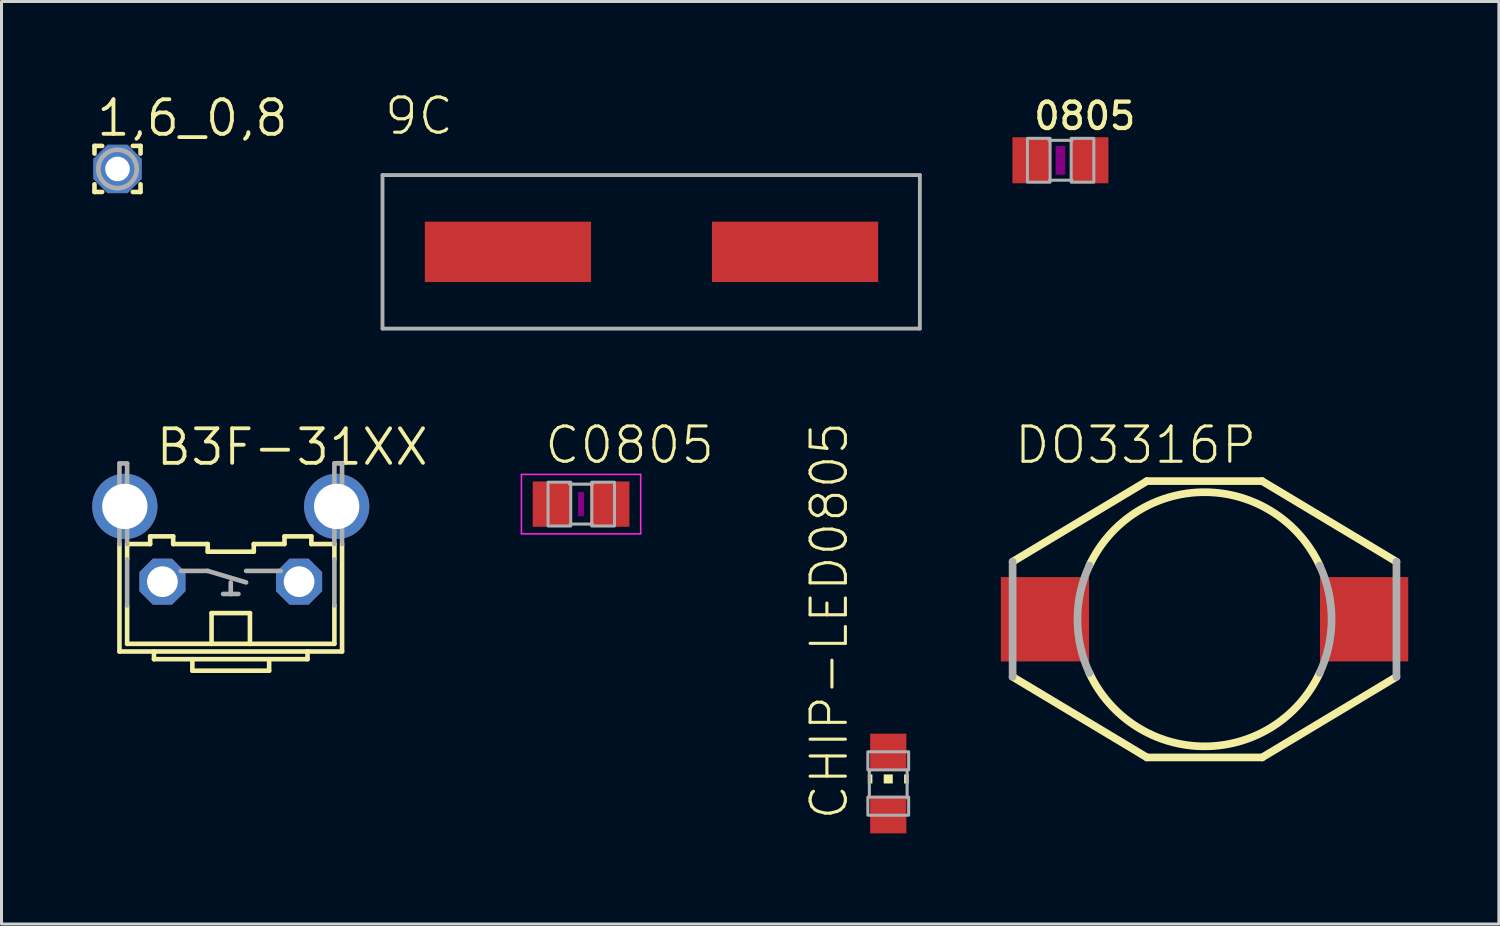
<source format=kicad_pcb>
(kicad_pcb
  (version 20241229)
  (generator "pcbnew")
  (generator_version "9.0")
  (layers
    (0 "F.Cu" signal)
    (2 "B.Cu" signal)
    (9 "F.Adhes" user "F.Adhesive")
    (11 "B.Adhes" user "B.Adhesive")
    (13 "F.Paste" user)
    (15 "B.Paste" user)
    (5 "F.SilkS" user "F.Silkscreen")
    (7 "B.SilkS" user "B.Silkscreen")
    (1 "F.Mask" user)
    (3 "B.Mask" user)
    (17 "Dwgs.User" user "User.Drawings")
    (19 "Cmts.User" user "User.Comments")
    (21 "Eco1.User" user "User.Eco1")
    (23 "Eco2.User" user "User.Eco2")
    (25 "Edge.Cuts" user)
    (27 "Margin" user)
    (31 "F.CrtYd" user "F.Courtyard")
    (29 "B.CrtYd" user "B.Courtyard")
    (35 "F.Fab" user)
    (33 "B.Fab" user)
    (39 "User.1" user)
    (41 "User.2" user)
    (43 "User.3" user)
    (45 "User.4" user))
  (footprint "C0805"
    (layer "F.Cu")
    (at 16.176 13.63)
    (property "Reference" "C0805" (at -1.27 -1.27 0) (layer "F.SilkS") (effects (font (size 1.168 1.168) (thickness 0.102)) (justify left bottom)))
    (fp_poly (pts (xy -0.1 0.4) (xy 0.1 0.4) (xy 0.1 -0.4) (xy -0.1 -0.4)) (stroke (width 0) (type solid)) (fill yes) (layer "F.Adhes"))
    (fp_line (start -1.973 -0.983) (end 1.973 -0.983) (stroke (width 0.051) (type solid)) (layer "F.CrtYd"))
    (fp_line (start -1.973 0.983) (end -1.973 -0.983) (stroke (width 0.051) (type solid)) (layer "F.CrtYd"))
    (fp_line (start 1.973 -0.983) (end 1.973 0.983) (stroke (width 0.051) (type solid)) (layer "F.CrtYd"))
    (fp_line (start 1.973 0.983) (end -1.973 0.983) (stroke (width 0.051) (type solid)) (layer "F.CrtYd"))
    (fp_line (start -0.381 -0.66) (end 0.381 -0.66) (stroke (width 0.102) (type solid)) (layer "F.Fab"))
    (fp_line (start -0.356 0.66) (end 0.381 0.66) (stroke (width 0.102) (type solid)) (layer "F.Fab"))
    (fp_poly (pts (xy -1.092 0.724) (xy -0.342 0.724) (xy -0.342 -0.726) (xy -1.092 -0.726)) (stroke (width 0.1) (type solid)) (fill no) (layer "F.Fab"))
    (fp_poly (pts (xy 0.356 0.724) (xy 1.106 0.724) (xy 1.106 -0.726) (xy 0.356 -0.726)) (stroke (width 0.1) (type solid)) (fill no) (layer "F.Fab"))
    (pad "1" smd rect (at -0.95 0) (size 1.3 1.5) (layers "F.Cu" "F.Mask" "F.Paste"))
    (pad "2" smd rect (at 0.95 0) (size 1.3 1.5) (layers "F.Cu" "F.Mask" "F.Paste")))
  (footprint "9C"
    (layer "F.Cu")
    (at 18.496 5.283)
    (property "Reference" "9C" (at -8.89 -3.81 0) (layer "F.SilkS") (effects (font (size 1.168 1.168) (thickness 0.102)) (justify left bottom)))
    (fp_line (start -8.89 -2.54) (end -8.89 2.54) (stroke (width 0.127) (type solid)) (layer "F.Fab"))
    (fp_line (start -8.89 2.54) (end 8.89 2.54) (stroke (width 0.127) (type solid)) (layer "F.Fab"))
    (fp_line (start 8.89 -2.54) (end -8.89 -2.54) (stroke (width 0.127) (type solid)) (layer "F.Fab"))
    (fp_line (start 8.89 2.54) (end 8.89 -2.54) (stroke (width 0.127) (type solid)) (layer "F.Fab"))
    (pad "P$1" smd rect (at -4.74 0) (size 5.5 2) (layers "F.Cu" "F.Mask" "F.Paste"))
    (pad "P$2" smd rect (at 4.76 0) (size 5.5 2) (layers "F.Cu" "F.Mask" "F.Paste")))
  (footprint "CHIP-LED0805"
    (layer "F.Cu")
    (at 26.34 22.874)
    (property "Reference" "CHIP-LED0805" (at -1.27 1.27 90) (layer "F.SilkS") (effects (font (size 1.168 1.168) (thickness 0.102)) (justify left bottom)))
    (fp_poly (pts (xy -0.675 0) (xy -0.525 0) (xy -0.525 -0.3) (xy -0.675 -0.3)) (stroke (width 0) (type solid)) (fill yes) (layer "F.SilkS"))
    (fp_poly (pts (xy -0.15 0) (xy 0.15 0) (xy 0.15 -0.3) (xy -0.15 -0.3)) (stroke (width 0) (type solid)) (fill yes) (layer "F.SilkS"))
    (fp_poly (pts (xy 0.525 0) (xy 0.675 0) (xy 0.675 -0.3) (xy 0.525 -0.3)) (stroke (width 0) (type solid)) (fill yes) (layer "F.SilkS"))
    (fp_line (start -0.625 -0.45) (end -0.625 0.45) (stroke (width 0.102) (type solid)) (layer "F.Fab"))
    (fp_line (start 0.625 -0.45) (end 0.625 0.475) (stroke (width 0.102) (type solid)) (layer "F.Fab"))
    (fp_poly (pts (xy -0.675 -0.45) (xy 0.675 -0.45) (xy 0.675 -1.05) (xy -0.675 -1.05)) (stroke (width 0.1) (type solid)) (fill no) (layer "F.Fab"))
    (fp_poly (pts (xy -0.675 1.05) (xy 0.675 1.05) (xy 0.675 0.45) (xy -0.675 0.45)) (stroke (width 0.1) (type solid)) (fill no) (layer "F.Fab"))
    (pad "A" smd rect (at 0 1.05) (size 1.2 1.2) (layers "F.Cu" "F.Mask" "F.Paste"))
    (pad "C" smd rect (at 0 -1.05) (size 1.2 1.2) (layers "F.Cu" "F.Mask" "F.Paste")))
  (footprint "0805"
    (layer "F.Cu")
    (at 32.037 2.253)
    (property "Reference" "0805" (at -0.953 -0.953 0) (layer "F.SilkS") (effects (font (size 0.874 0.874) (thickness 0.142)) (justify left bottom)))
    (fp_poly (pts (xy -0.159 0.476) (xy 0.159 0.476) (xy 0.159 -0.476) (xy -0.159 -0.476)) (stroke (width 0) (type solid)) (fill yes) (layer "F.Adhes"))
    (fp_line (start -0.381 -0.66) (end 0.381 -0.66) (stroke (width 0.102) (type solid)) (layer "F.Fab"))
    (fp_line (start -0.356 0.66) (end 0.381 0.66) (stroke (width 0.102) (type solid)) (layer "F.Fab"))
    (fp_poly (pts (xy -1.092 0.724) (xy -0.342 0.724) (xy -0.342 -0.726) (xy -1.092 -0.726)) (stroke (width 0.1) (type solid)) (fill no) (layer "F.Fab"))
    (fp_poly (pts (xy 0.356 0.724) (xy 1.106 0.724) (xy 1.106 -0.726) (xy 0.356 -0.726)) (stroke (width 0.1) (type solid)) (fill no) (layer "F.Fab"))
    (pad "1" smd rect (at -0.953 0) (size 1.27 1.524) (layers "F.Cu" "F.Mask" "F.Paste"))
    (pad "2" smd rect (at 0.953 0) (size 1.27 1.524) (layers "F.Cu" "F.Mask" "F.Paste")))
  (footprint "B3F-31XX"
    (layer "F.Cu")
    (at 4.585 14.951)
    (property "Reference" "B3F-31XX" (at -2.54 -2.54 0) (layer "F.SilkS") (effects (font (size 1.143 1.143) (thickness 0.127)) (justify left bottom)))
    (fp_line (start -3.683 0) (end -3.683 3.556) (stroke (width 0.152) (type solid)) (layer "F.SilkS"))
    (fp_line (start -3.429 0) (end -2.667 0) (stroke (width 0.152) (type solid)) (layer "F.SilkS"))
    (fp_line (start -3.429 0.508) (end -3.429 0) (stroke (width 0.152) (type solid)) (layer "F.SilkS"))
    (fp_line (start -3.429 2.032) (end -3.429 3.302) (stroke (width 0.152) (type solid)) (layer "F.SilkS"))
    (fp_line (start -3.429 3.302) (end -0.635 3.302) (stroke (width 0.152) (type solid)) (layer "F.SilkS"))
    (fp_line (start -2.667 -0.254) (end -2.667 0) (stroke (width 0.152) (type solid)) (layer "F.SilkS"))
    (fp_line (start -2.667 -0.254) (end -1.905 -0.254) (stroke (width 0.152) (type solid)) (layer "F.SilkS"))
    (fp_line (start -2.54 3.556) (end -2.54 3.81) (stroke (width 0.152) (type solid)) (layer "F.SilkS"))
    (fp_line (start -2.54 3.81) (end -1.27 3.81) (stroke (width 0.152) (type solid)) (layer "F.SilkS"))
    (fp_line (start -1.905 0) (end -1.905 -0.254) (stroke (width 0.152) (type solid)) (layer "F.SilkS"))
    (fp_line (start -1.905 0) (end -0.762 0) (stroke (width 0.152) (type solid)) (layer "F.SilkS"))
    (fp_line (start -1.27 3.81) (end -1.27 4.191) (stroke (width 0.152) (type solid)) (layer "F.SilkS"))
    (fp_line (start -1.27 3.81) (end 1.27 3.81) (stroke (width 0.152) (type solid)) (layer "F.SilkS"))
    (fp_line (start -1.27 4.191) (end 1.27 4.191) (stroke (width 0.152) (type solid)) (layer "F.SilkS"))
    (fp_line (start -0.762 0.254) (end -0.762 0) (stroke (width 0.152) (type solid)) (layer "F.SilkS"))
    (fp_line (start -0.762 0.254) (end 0.762 0.254) (stroke (width 0.152) (type solid)) (layer "F.SilkS"))
    (fp_line (start -0.635 2.286) (end 0.635 2.286) (stroke (width 0.152) (type solid)) (layer "F.SilkS"))
    (fp_line (start -0.635 3.302) (end -0.635 2.286) (stroke (width 0.152) (type solid)) (layer "F.SilkS"))
    (fp_line (start -0.635 3.302) (end 0.635 3.302) (stroke (width 0.152) (type solid)) (layer "F.SilkS"))
    (fp_line (start 0.635 3.302) (end 0.635 2.286) (stroke (width 0.152) (type solid)) (layer "F.SilkS"))
    (fp_line (start 0.635 3.302) (end 3.429 3.302) (stroke (width 0.152) (type solid)) (layer "F.SilkS"))
    (fp_line (start 0.762 0) (end 0.762 0.254) (stroke (width 0.152) (type solid)) (layer "F.SilkS"))
    (fp_line (start 0.762 0) (end 1.778 0) (stroke (width 0.152) (type solid)) (layer "F.SilkS"))
    (fp_line (start 1.27 3.81) (end 1.27 4.191) (stroke (width 0.152) (type solid)) (layer "F.SilkS"))
    (fp_line (start 1.27 3.81) (end 2.54 3.81) (stroke (width 0.152) (type solid)) (layer "F.SilkS"))
    (fp_line (start 1.778 -0.254) (end 2.667 -0.254) (stroke (width 0.152) (type solid)) (layer "F.SilkS"))
    (fp_line (start 1.778 0) (end 1.778 -0.254) (stroke (width 0.152) (type solid)) (layer "F.SilkS"))
    (fp_line (start 2.54 3.556) (end -3.683 3.556) (stroke (width 0.152) (type solid)) (layer "F.SilkS"))
    (fp_line (start 2.54 3.556) (end 2.54 3.81) (stroke (width 0.152) (type solid)) (layer "F.SilkS"))
    (fp_line (start 2.667 0) (end 2.667 -0.254) (stroke (width 0.152) (type solid)) (layer "F.SilkS"))
    (fp_line (start 2.667 0) (end 3.429 0) (stroke (width 0.152) (type solid)) (layer "F.SilkS"))
    (fp_line (start 3.429 0.508) (end 3.429 0) (stroke (width 0.152) (type solid)) (layer "F.SilkS"))
    (fp_line (start 3.429 2.032) (end 3.429 3.302) (stroke (width 0.152) (type solid)) (layer "F.SilkS"))
    (fp_line (start 3.683 0) (end 3.683 3.556) (stroke (width 0.152) (type solid)) (layer "F.SilkS"))
    (fp_line (start 3.683 3.556) (end 2.54 3.556) (stroke (width 0.152) (type solid)) (layer "F.SilkS"))
    (fp_line (start -3.683 -2.667) (end -3.429 -2.667) (stroke (width 0.152) (type solid)) (layer "F.Fab"))
    (fp_line (start -3.683 0) (end -3.683 -2.667) (stroke (width 0.152) (type solid)) (layer "F.Fab"))
    (fp_line (start -3.429 -2.667) (end -3.429 0) (stroke (width 0.152) (type solid)) (layer "F.Fab"))
    (fp_line (start -3.429 0.508) (end -3.429 2.032) (stroke (width 0.152) (type solid)) (layer "F.Fab"))
    (fp_line (start -1.651 0.889) (end -0.762 0.889) (stroke (width 0.152) (type solid)) (layer "F.Fab"))
    (fp_line (start -0.762 0.889) (end 0.508 1.27) (stroke (width 0.152) (type solid)) (layer "F.Fab"))
    (fp_line (start -0.254 1.651) (end 0 1.651) (stroke (width 0.152) (type solid)) (layer "F.Fab"))
    (fp_line (start 0 1.27) (end 0 1.651) (stroke (width 0.152) (type solid)) (layer "F.Fab"))
    (fp_line (start 0 1.651) (end 0.254 1.651) (stroke (width 0.152) (type solid)) (layer "F.Fab"))
    (fp_line (start 0.508 0.889) (end 1.651 0.889) (stroke (width 0.152) (type solid)) (layer "F.Fab"))
    (fp_line (start 3.429 -2.667) (end 3.683 -2.667) (stroke (width 0.152) (type solid)) (layer "F.Fab"))
    (fp_line (start 3.429 0) (end 3.429 -2.667) (stroke (width 0.152) (type solid)) (layer "F.Fab"))
    (fp_line (start 3.429 0.508) (end 3.429 2.032) (stroke (width 0.152) (type solid)) (layer "F.Fab"))
    (fp_line (start 3.683 -2.667) (end 3.683 0) (stroke (width 0.152) (type solid)) (layer "F.Fab"))
    (pad "1" thru_hole roundrect (at -2.261 1.245) (size 1.524 1.524) (drill 1.016) (layers "*.Cu" "*.Mask") (roundrect_rratio 0.25) (chamfer_ratio 0.293) (chamfer top_left top_right bottom_left bottom_right))
    (pad "2" thru_hole roundrect (at 2.261 1.245) (size 1.524 1.524) (drill 1.016) (layers "*.Cu" "*.Mask") (roundrect_rratio 0.25) (chamfer_ratio 0.293) (chamfer top_left top_right bottom_left bottom_right))
    (pad "3" thru_hole circle (at -3.505 -1.245) (size 2.159 2.159) (drill 1.499) (layers "*.Cu" "*.Mask"))
    (pad "4" thru_hole circle (at 3.505 -1.245) (size 2.159 2.159) (drill 1.499) (layers "*.Cu" "*.Mask")))
  (footprint "1,6_0,8"
    (layer "F.Cu")
    (at 0.838 2.54)
    (property "Reference" "1,6_0,8" (at -0.762 -1.016 0) (layer "F.SilkS") (effects (font (size 1.143 1.143) (thickness 0.127)) (justify left bottom)))
    (fp_line (start -0.762 -0.762) (end -0.762 -0.508) (stroke (width 0.152) (type solid)) (layer "F.SilkS"))
    (fp_line (start -0.762 -0.762) (end -0.508 -0.762) (stroke (width 0.152) (type solid)) (layer "F.SilkS"))
    (fp_line (start -0.762 0.762) (end -0.762 0.508) (stroke (width 0.152) (type solid)) (layer "F.SilkS"))
    (fp_line (start -0.508 0.762) (end -0.762 0.762) (stroke (width 0.152) (type solid)) (layer "F.SilkS"))
    (fp_line (start 0.762 -0.762) (end 0.508 -0.762) (stroke (width 0.152) (type solid)) (layer "F.SilkS"))
    (fp_line (start 0.762 -0.762) (end 0.762 -0.508) (stroke (width 0.152) (type solid)) (layer "F.SilkS"))
    (fp_line (start 0.762 0.508) (end 0.762 0.762) (stroke (width 0.152) (type solid)) (layer "F.SilkS"))
    (fp_line (start 0.762 0.762) (end 0.508 0.762) (stroke (width 0.152) (type solid)) (layer "F.SilkS"))
    (fp_circle (center 0 0) (end 0.635 0) (stroke (width 0.152) (type solid)) (fill no) (layer "F.Fab"))
    (pad "1" thru_hole roundrect (at 0 0) (size 1.6 1.6) (drill 0.813) (layers "*.Cu" "*.Mask") (roundrect_rratio 0.25) (chamfer_ratio 0.293) (chamfer top_left top_right bottom_left bottom_right)))
  (footprint "DO3316P"
    (layer "F.Cu")
    (at 36.805 17.44)
    (property "Reference" "DO3316P" (at -6.35 -5.08 0) (layer "F.SilkS") (effects (font (size 1.168 1.168) (thickness 0.102)) (justify left bottom)))
    (fp_line (start -6.35 -1.905) (end -1.905 -4.572) (stroke (width 0.254) (type solid)) (layer "F.SilkS"))
    (fp_line (start -6.35 1.905) (end -1.905 4.572) (stroke (width 0.254) (type solid)) (layer "F.SilkS"))
    (fp_line (start -1.905 -4.572) (end 1.905 -4.572) (stroke (width 0.254) (type solid)) (layer "F.SilkS"))
    (fp_line (start -1.905 4.572) (end 1.905 4.572) (stroke (width 0.254) (type solid)) (layer "F.SilkS"))
    (fp_line (start 6.35 -1.905) (end 1.905 -4.572) (stroke (width 0.254) (type solid)) (layer "F.SilkS"))
    (fp_line (start 6.35 1.905) (end 1.905 4.572) (stroke (width 0.254) (type solid)) (layer "F.SilkS"))
    (fp_arc (start -3.81 -1.778) (mid 0 -4.204448) (end 3.81 -1.778) (stroke (width 0.254) (type solid)) (layer "F.SilkS"))
    (fp_arc (start 3.81 1.778) (mid 0 4.204448) (end -3.81 1.778) (stroke (width 0.254) (type solid)) (layer "F.SilkS"))
    (fp_line (start -6.35 -1.905) (end -6.35 1.905) (stroke (width 0.254) (type solid)) (layer "F.Fab"))
    (fp_line (start 6.35 -1.905) (end 6.35 1.905) (stroke (width 0.254) (type solid)) (layer "F.Fab"))
    (fp_arc (start -3.81 1.778) (mid -4.204448 0) (end -3.81 -1.778) (stroke (width 0.254) (type solid)) (layer "F.Fab"))
    (fp_arc (start 3.81 -1.778) (mid 4.204448 0) (end 3.81 1.778) (stroke (width 0.254) (type solid)) (layer "F.Fab"))
    (pad "1" smd rect (at -5.28 0) (size 2.92 2.79) (layers "F.Cu" "F.Mask" "F.Paste"))
    (pad "2" smd rect (at 5.28 0) (size 2.92 2.79) (layers "F.Cu" "F.Mask" "F.Paste")))
  (gr_rect
    (start -3 -3)
    (end 46.545 27.524)
    (stroke (width 0.1) (type default))
    (fill no)
    (layer "Edge.Cuts")))
</source>
